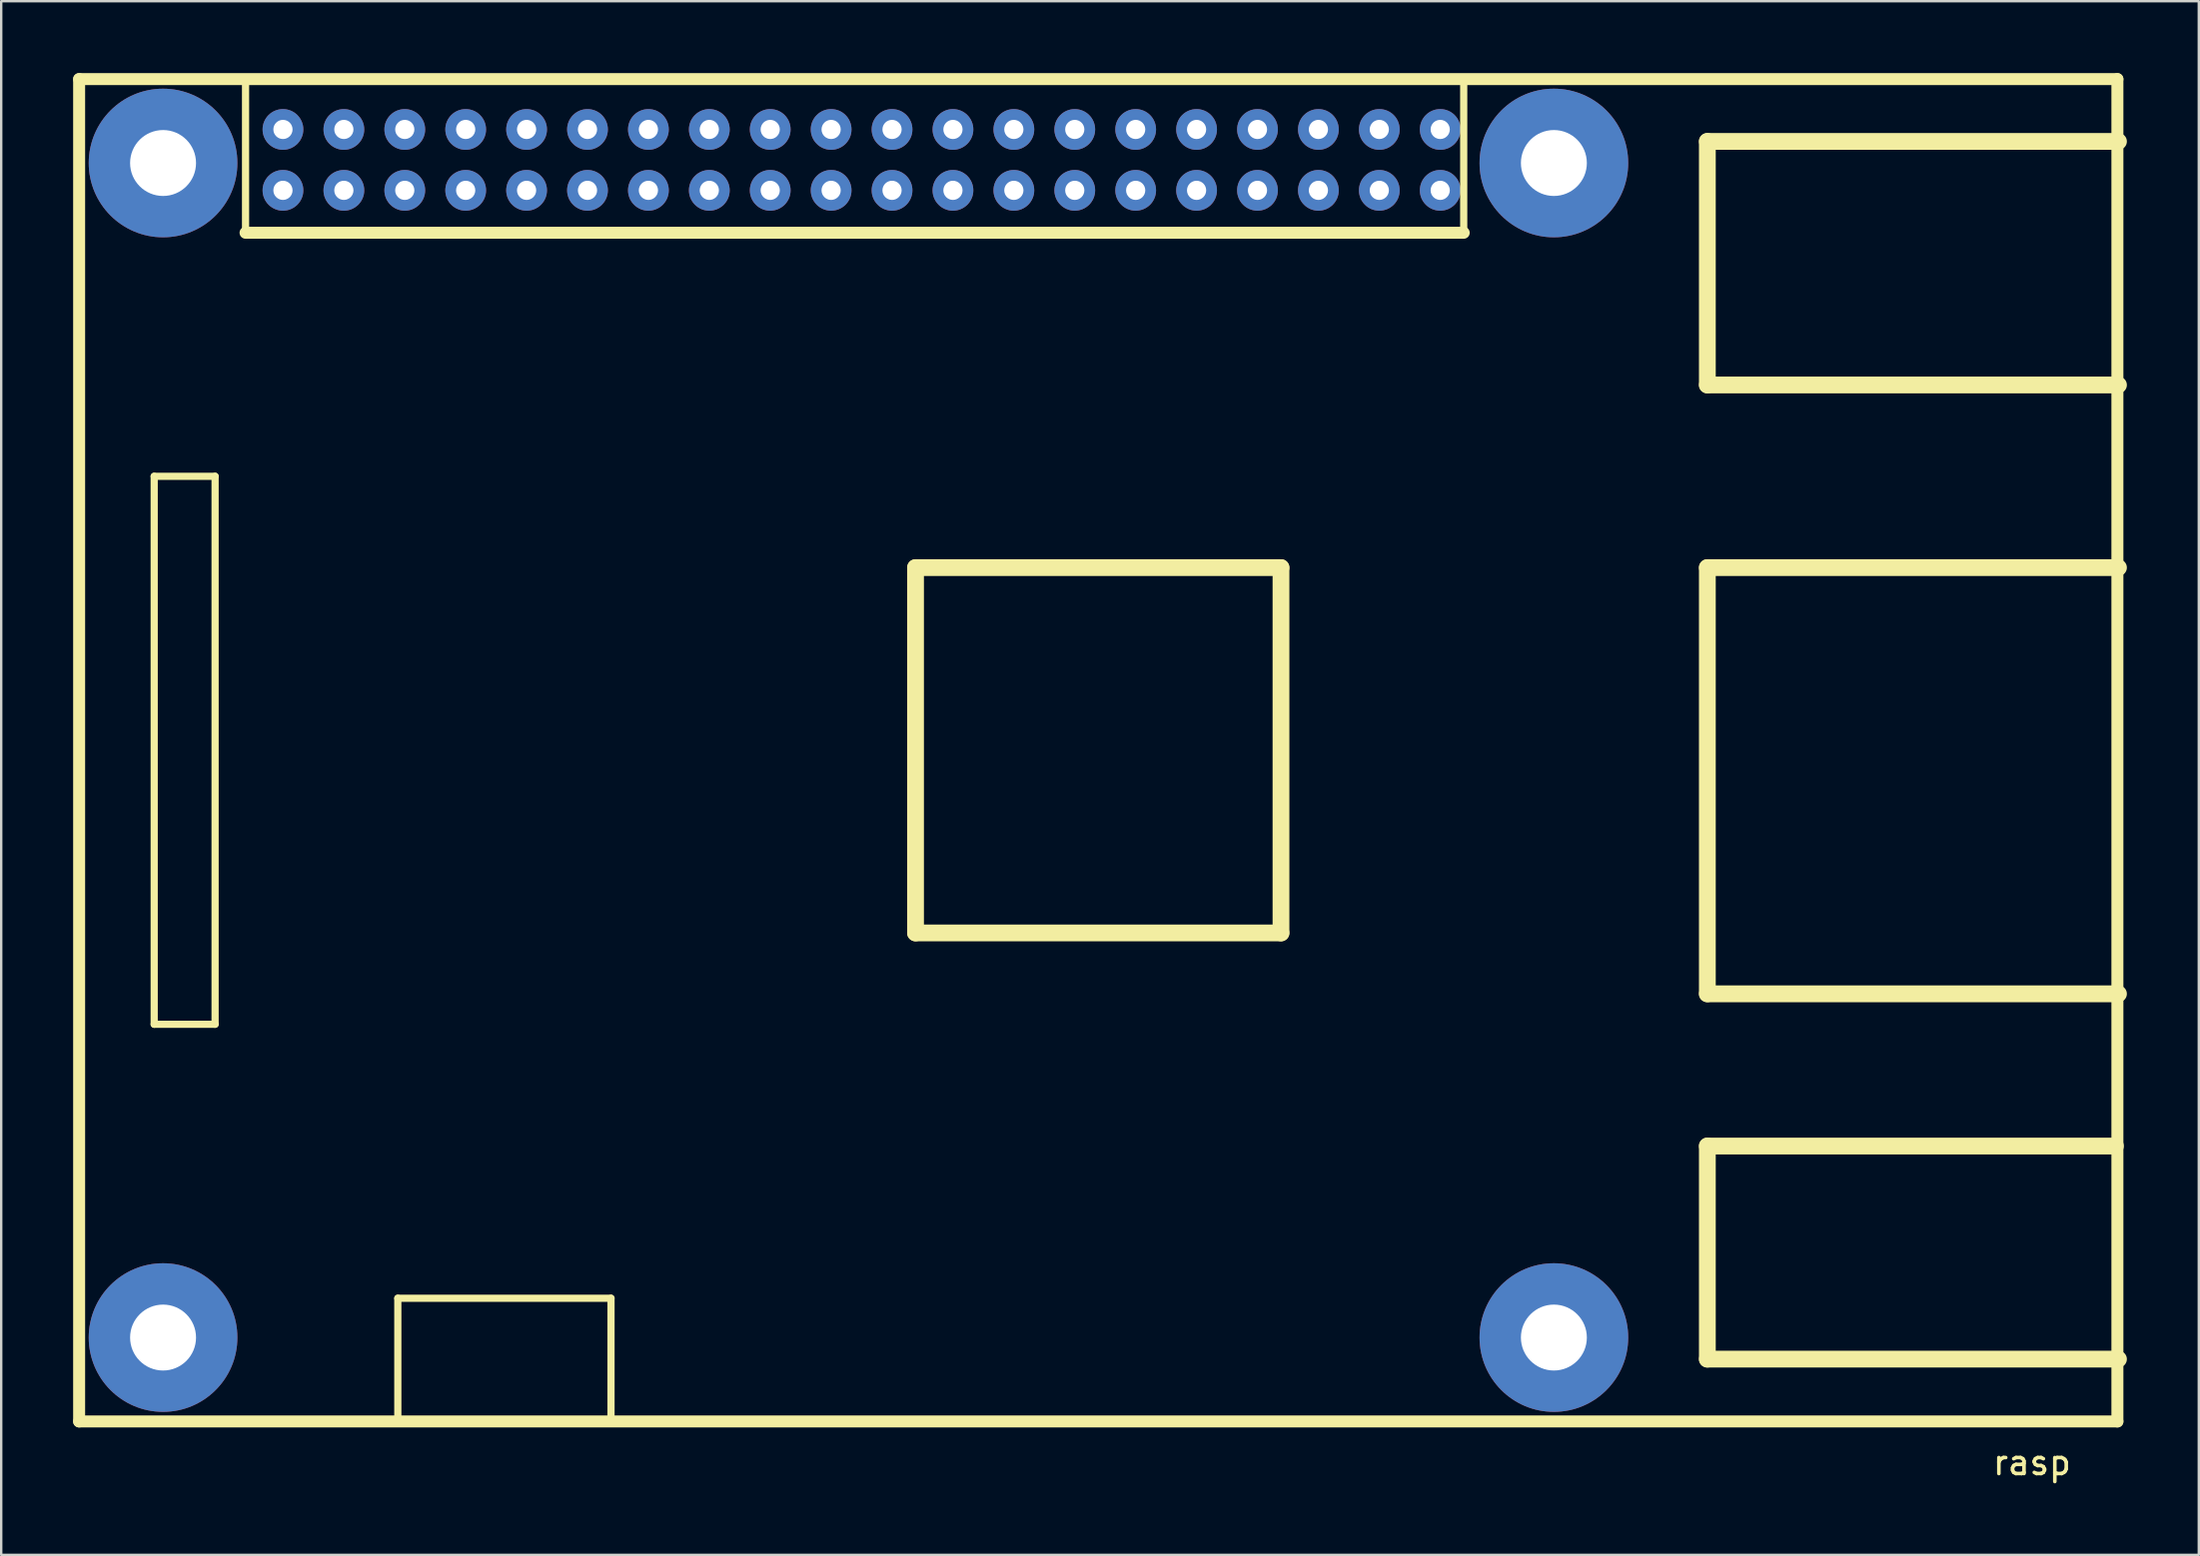
<source format=kicad_pcb>
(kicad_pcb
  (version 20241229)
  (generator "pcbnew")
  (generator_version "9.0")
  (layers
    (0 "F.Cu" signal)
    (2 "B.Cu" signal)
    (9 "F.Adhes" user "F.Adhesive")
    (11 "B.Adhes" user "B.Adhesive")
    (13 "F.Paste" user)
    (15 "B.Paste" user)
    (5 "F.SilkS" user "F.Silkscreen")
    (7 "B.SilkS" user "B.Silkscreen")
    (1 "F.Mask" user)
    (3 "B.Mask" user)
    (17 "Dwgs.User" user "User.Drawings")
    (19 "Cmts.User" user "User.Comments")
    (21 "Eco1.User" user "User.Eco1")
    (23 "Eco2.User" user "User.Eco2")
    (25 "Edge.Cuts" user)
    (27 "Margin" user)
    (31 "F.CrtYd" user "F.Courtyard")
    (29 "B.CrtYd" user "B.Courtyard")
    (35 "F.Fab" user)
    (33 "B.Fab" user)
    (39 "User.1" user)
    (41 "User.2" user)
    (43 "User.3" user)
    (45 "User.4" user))
  (footprint "rasp"
    (layer "F.Cu")
    (at 42.75 28.25)
    (property "Reference" "rasp" (at 38.938 29.718 0) (layer "F.SilkS") (effects (font (size 1 1) (thickness 0.15))))
    (attr through_hole)
    (fp_line (start -42.5 -28) (end -42.5 28) (stroke (width 0.5) (type solid)) (layer "F.SilkS"))
    (fp_line (start -42.5 -28) (end 42.5 -28) (stroke (width 0.5) (type solid)) (layer "F.SilkS"))
    (fp_line (start -42.5 28) (end 42.5 28) (stroke (width 0.5) (type solid)) (layer "F.SilkS"))
    (fp_line (start -39.37 -11.43) (end -36.83 -11.43) (stroke (width 0.3) (type solid)) (layer "F.SilkS"))
    (fp_line (start -39.37 11.43) (end -39.37 -11.43) (stroke (width 0.3) (type solid)) (layer "F.SilkS"))
    (fp_line (start -36.83 -11.43) (end -36.83 11.43) (stroke (width 0.3) (type solid)) (layer "F.SilkS"))
    (fp_line (start -36.83 11.43) (end -39.37 11.43) (stroke (width 0.3) (type solid)) (layer "F.SilkS"))
    (fp_line (start -35.56 -27.94) (end -35.56 -21.59) (stroke (width 0.3) (type solid)) (layer "F.SilkS"))
    (fp_line (start -35.56 -21.59) (end 15.24 -21.59) (stroke (width 0.5) (type solid)) (layer "F.SilkS"))
    (fp_line (start -29.21 22.86) (end -20.32 22.86) (stroke (width 0.3) (type solid)) (layer "F.SilkS"))
    (fp_line (start -29.21 28.067) (end -29.21 22.86) (stroke (width 0.3) (type solid)) (layer "F.SilkS"))
    (fp_line (start -20.32 22.86) (end -20.32 28.067) (stroke (width 0.3) (type solid)) (layer "F.SilkS"))
    (fp_line (start -20.32 28.067) (end -29.21 28.067) (stroke (width 0.07) (type solid)) (layer "F.SilkS"))
    (fp_line (start -7.62 -7.62) (end 7.62 -7.62) (stroke (width 0.7) (type solid)) (layer "F.SilkS"))
    (fp_line (start -7.62 7.62) (end -7.62 -7.62) (stroke (width 0.7) (type solid)) (layer "F.SilkS"))
    (fp_line (start 7.62 -7.62) (end 7.62 7.62) (stroke (width 0.7) (type solid)) (layer "F.SilkS"))
    (fp_line (start 7.62 7.62) (end -7.62 7.62) (stroke (width 0.7) (type solid)) (layer "F.SilkS"))
    (fp_line (start 15.24 -21.59) (end 15.24 -28.067) (stroke (width 0.3) (type solid)) (layer "F.SilkS"))
    (fp_line (start 25.4 -25.4) (end 25.4 -15.24) (stroke (width 0.7) (type solid)) (layer "F.SilkS"))
    (fp_line (start 25.4 -25.4) (end 42.545 -25.4) (stroke (width 0.7) (type solid)) (layer "F.SilkS"))
    (fp_line (start 25.4 -15.24) (end 42.545 -15.24) (stroke (width 0.7) (type solid)) (layer "F.SilkS"))
    (fp_line (start 25.4 -7.62) (end 25.4 10.16) (stroke (width 0.7) (type solid)) (layer "F.SilkS"))
    (fp_line (start 25.4 -7.62) (end 42.545 -7.62) (stroke (width 0.7) (type solid)) (layer "F.SilkS"))
    (fp_line (start 25.4 10.16) (end 42.545 10.16) (stroke (width 0.7) (type solid)) (layer "F.SilkS"))
    (fp_line (start 25.4 16.51) (end 25.4 25.4) (stroke (width 0.7) (type solid)) (layer "F.SilkS"))
    (fp_line (start 25.4 16.51) (end 42.418 16.51) (stroke (width 0.7) (type solid)) (layer "F.SilkS"))
    (fp_line (start 25.4 25.4) (end 42.545 25.4) (stroke (width 0.7) (type solid)) (layer "F.SilkS"))
    (fp_line (start 42.5 -28) (end 42.5 28) (stroke (width 0.5) (type solid)) (layer "F.SilkS"))
    (pad "" np_thru_hole circle (at -39 -24.5) (size 6.2 6.2) (drill 2.75) (layers "*.Cu" "*.Mask"))
    (pad "" np_thru_hole circle (at -39 24.5) (size 6.2 6.2) (drill 2.75) (layers "*.Cu" "*.Mask"))
    (pad "" np_thru_hole circle (at 19 -24.5) (size 6.2 6.2) (drill 2.75) (layers "*.Cu" "*.Mask"))
    (pad "" np_thru_hole circle (at 19 24.5) (size 6.2 6.2) (drill 2.75) (layers "*.Cu" "*.Mask"))
    (pad "1" thru_hole circle (at -34 -23.36) (size 1.7 1.7) (drill 0.8) (layers "*.Cu" "*.Mask"))
    (pad "2" thru_hole circle (at -34 -25.9) (size 1.7 1.7) (drill 0.8) (layers "*.Cu" "*.Mask"))
    (pad "3" thru_hole circle (at -31.46 -23.36) (size 1.7 1.7) (drill 0.8) (layers "*.Cu" "*.Mask"))
    (pad "4" thru_hole circle (at -31.46 -25.9) (size 1.7 1.7) (drill 0.8) (layers "*.Cu" "*.Mask"))
    (pad "5" thru_hole circle (at -28.92 -23.36) (size 1.7 1.7) (drill 0.8) (layers "*.Cu" "*.Mask"))
    (pad "6" thru_hole circle (at -28.92 -25.9) (size 1.7 1.7) (drill 0.8) (layers "*.Cu" "*.Mask"))
    (pad "7" thru_hole circle (at -26.38 -23.36) (size 1.7 1.7) (drill 0.8) (layers "*.Cu" "*.Mask"))
    (pad "8" thru_hole circle (at -26.38 -25.9) (size 1.7 1.7) (drill 0.8) (layers "*.Cu" "*.Mask"))
    (pad "9" thru_hole circle (at -23.84 -23.36) (size 1.7 1.7) (drill 0.8) (layers "*.Cu" "*.Mask"))
    (pad "10" thru_hole circle (at -23.84 -25.9) (size 1.7 1.7) (drill 0.8) (layers "*.Cu" "*.Mask"))
    (pad "11" thru_hole circle (at -21.3 -23.36) (size 1.7 1.7) (drill 0.8) (layers "*.Cu" "*.Mask"))
    (pad "12" thru_hole circle (at -21.3 -25.9) (size 1.7 1.7) (drill 0.8) (layers "*.Cu" "*.Mask"))
    (pad "13" thru_hole circle (at -18.76 -23.36) (size 1.7 1.7) (drill 0.8) (layers "*.Cu" "*.Mask"))
    (pad "14" thru_hole circle (at -18.76 -25.9) (size 1.7 1.7) (drill 0.8) (layers "*.Cu" "*.Mask"))
    (pad "15" thru_hole circle (at -16.22 -23.36) (size 1.7 1.7) (drill 0.8) (layers "*.Cu" "*.Mask"))
    (pad "16" thru_hole circle (at -16.22 -25.9) (size 1.7 1.7) (drill 0.8) (layers "*.Cu" "*.Mask"))
    (pad "17" thru_hole circle (at -13.68 -23.36) (size 1.7 1.7) (drill 0.8) (layers "*.Cu" "*.Mask"))
    (pad "18" thru_hole circle (at -13.68 -25.9) (size 1.7 1.7) (drill 0.8) (layers "*.Cu" "*.Mask"))
    (pad "19" thru_hole circle (at -11.14 -23.36) (size 1.7 1.7) (drill 0.8) (layers "*.Cu" "*.Mask"))
    (pad "20" thru_hole circle (at -11.14 -25.9) (size 1.7 1.7) (drill 0.8) (layers "*.Cu" "*.Mask"))
    (pad "21" thru_hole circle (at -8.6 -23.36) (size 1.7 1.7) (drill 0.8) (layers "*.Cu" "*.Mask"))
    (pad "22" thru_hole circle (at -8.6 -25.9) (size 1.7 1.7) (drill 0.8) (layers "*.Cu" "*.Mask"))
    (pad "23" thru_hole circle (at -6.06 -23.36) (size 1.7 1.7) (drill 0.8) (layers "*.Cu" "*.Mask"))
    (pad "24" thru_hole circle (at -6.06 -25.9) (size 1.7 1.7) (drill 0.8) (layers "*.Cu" "*.Mask"))
    (pad "25" thru_hole circle (at -3.52 -23.36) (size 1.7 1.7) (drill 0.8) (layers "*.Cu" "*.Mask"))
    (pad "26" thru_hole circle (at -3.52 -25.9) (size 1.7 1.7) (drill 0.8) (layers "*.Cu" "*.Mask"))
    (pad "27" thru_hole circle (at -0.98 -23.36) (size 1.7 1.7) (drill 0.8) (layers "*.Cu" "*.Mask"))
    (pad "28" thru_hole circle (at -0.98 -25.9) (size 1.7 1.7) (drill 0.8) (layers "*.Cu" "*.Mask"))
    (pad "29" thru_hole circle (at 1.56 -23.36) (size 1.7 1.7) (drill 0.8) (layers "*.Cu" "*.Mask"))
    (pad "30" thru_hole circle (at 1.56 -25.9) (size 1.7 1.7) (drill 0.8) (layers "*.Cu" "*.Mask"))
    (pad "31" thru_hole circle (at 4.1 -23.36) (size 1.7 1.7) (drill 0.8) (layers "*.Cu" "*.Mask"))
    (pad "32" thru_hole circle (at 4.1 -25.9) (size 1.7 1.7) (drill 0.8) (layers "*.Cu" "*.Mask"))
    (pad "33" thru_hole circle (at 6.64 -23.36) (size 1.7 1.7) (drill 0.8) (layers "*.Cu" "*.Mask"))
    (pad "34" thru_hole circle (at 6.64 -25.9) (size 1.7 1.7) (drill 0.8) (layers "*.Cu" "*.Mask"))
    (pad "35" thru_hole circle (at 9.18 -23.36) (size 1.7 1.7) (drill 0.8) (layers "*.Cu" "*.Mask"))
    (pad "36" thru_hole circle (at 9.18 -25.9) (size 1.7 1.7) (drill 0.8) (layers "*.Cu" "*.Mask"))
    (pad "37" thru_hole circle (at 11.72 -23.36) (size 1.7 1.7) (drill 0.8) (layers "*.Cu" "*.Mask"))
    (pad "38" thru_hole circle (at 11.72 -25.9) (size 1.7 1.7) (drill 0.8) (layers "*.Cu" "*.Mask"))
    (pad "39" thru_hole circle (at 14.26 -23.36) (size 1.7 1.7) (drill 0.8) (layers "*.Cu" "*.Mask"))
    (pad "40" thru_hole circle (at 14.26 -25.9) (size 1.7 1.7) (drill 0.8) (layers "*.Cu" "*.Mask")))
  (gr_rect
    (start -3 -3)
    (end 88.645 61.816)
    (stroke (width 0.1) (type default))
    (fill no)
    (layer "Edge.Cuts")))
</source>
